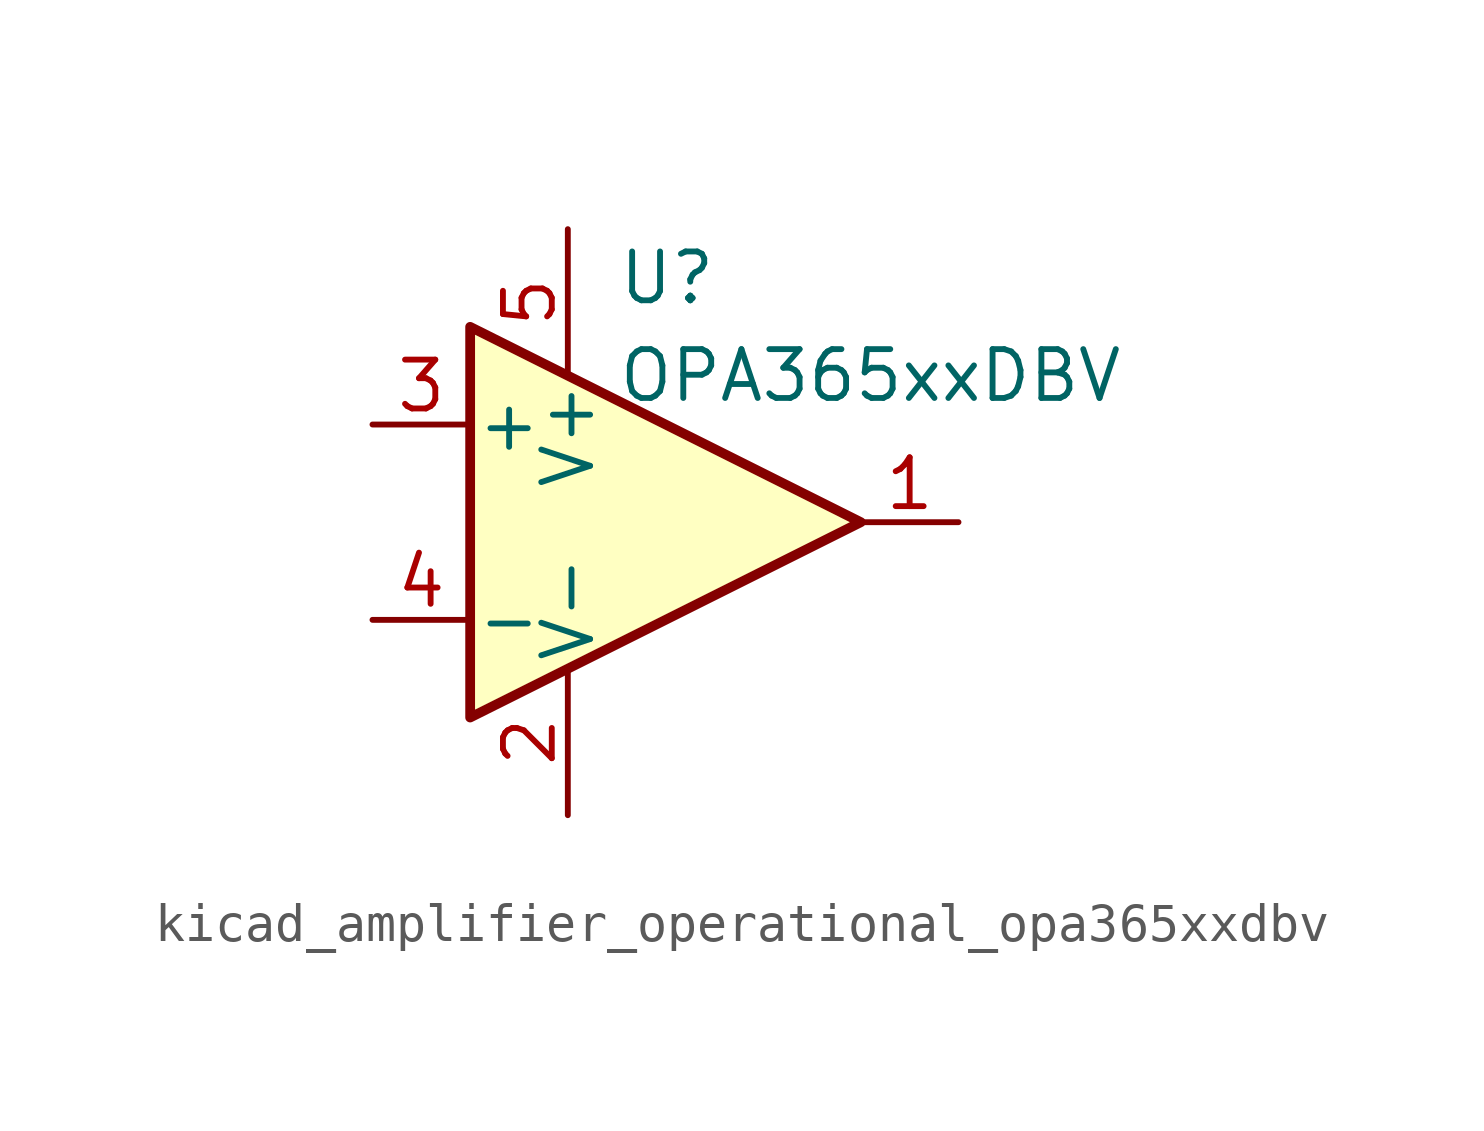
<source format=kicad_sym>
(kicad_symbol_lib
  (version 20220914)
  (generator kicad_symbol_editor)
  (symbol "kicad_amplifier_operational_opa365xxdbv"
    (pin_names
      (offset 0.127))
    (property "Reference" "U"
      (at -1.27 6.35 0)
      (effects (font (size 1.27 1.27)) (justify left)))
    (property "Value" "OPA365xxDBV"
      (at -1.27 3.81 0)
      (effects (font (size 1.27 1.27)) (justify left)))
    (symbol "kicad_amplifier_operational_opa365xxdbv_0_1"
      (polyline (pts (xy -5.08 5.08) (xy 5.08 0) (xy -5.08 -5.08) (xy -5.08 5.08)) (stroke (width 0.254) (type default)) (fill (type background)))
      (pin power_in line (at -2.54 -7.62 90) (length 3.81) (name "V-" (effects (font (size 1.27 1.27)))) (number "2" (effects (font (size 1.27 1.27)))))
      (pin power_in line (at -2.54 7.62 270) (length 3.81) (name "V+" (effects (font (size 1.27 1.27)))) (number "5" (effects (font (size 1.27 1.27))))))
    (symbol "kicad_amplifier_operational_opa365xxdbv_1_1"
      (pin output line (at 7.62 0 180) (length 2.54) (name "~" (effects (font (size 1.27 1.27)))) (number "1" (effects (font (size 1.27 1.27)))))
      (pin input line (at -7.62 2.54 0) (length 2.54) (name "+" (effects (font (size 1.27 1.27)))) (number "3" (effects (font (size 1.27 1.27)))))
      (pin input line (at -7.62 -2.54 0) (length 2.54) (name "-" (effects (font (size 1.27 1.27)))) (number "4" (effects (font (size 1.27 1.27))))))))
</source>
